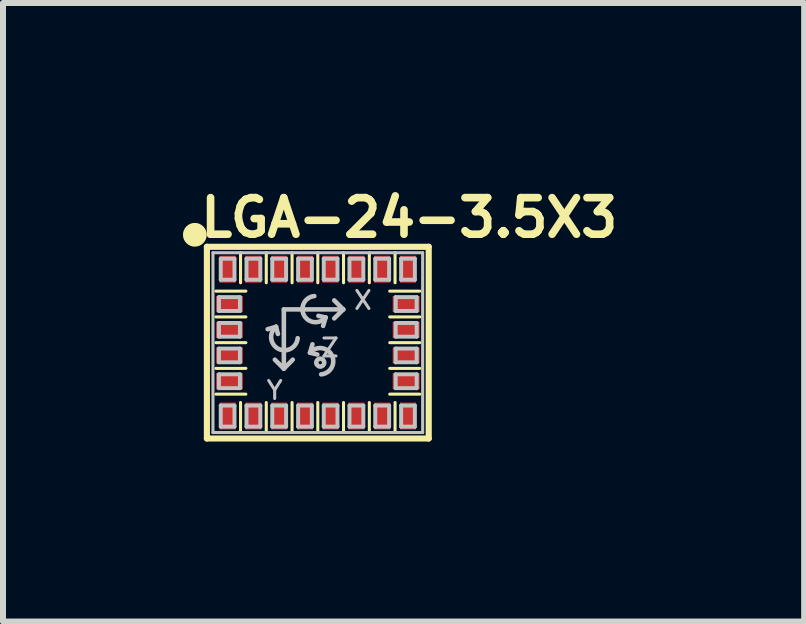
<source format=kicad_pcb>
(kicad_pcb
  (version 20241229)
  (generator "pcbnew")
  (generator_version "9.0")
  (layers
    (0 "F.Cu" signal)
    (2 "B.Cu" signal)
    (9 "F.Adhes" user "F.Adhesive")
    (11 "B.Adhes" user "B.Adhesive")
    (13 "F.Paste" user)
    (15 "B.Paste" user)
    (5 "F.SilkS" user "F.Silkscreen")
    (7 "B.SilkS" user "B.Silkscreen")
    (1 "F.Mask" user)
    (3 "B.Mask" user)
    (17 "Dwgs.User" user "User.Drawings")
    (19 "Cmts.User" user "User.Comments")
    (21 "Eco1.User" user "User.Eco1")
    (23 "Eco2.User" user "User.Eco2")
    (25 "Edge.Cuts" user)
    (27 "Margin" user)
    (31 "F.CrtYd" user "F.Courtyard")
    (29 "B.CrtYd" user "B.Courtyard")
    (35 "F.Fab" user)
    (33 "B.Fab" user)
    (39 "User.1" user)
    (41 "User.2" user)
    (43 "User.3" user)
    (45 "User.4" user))
  (footprint "LGA-24-3.5X3"
    (layer "F.Cu")
    (at 2.248 2.662)
    (property "Reference" "LGA-24-3.5X3" (at 1.524 -2.083 0) (layer "F.SilkS") (effects (font (size 0.61 0.61) (thickness 0.127))))
    (attr smd)
    (fp_line (start -1.849 -1.598) (end 1.849 -1.598) (stroke (width 0.102) (type solid)) (layer "F.SilkS"))
    (fp_line (start -1.849 1.598) (end -1.849 -1.598) (stroke (width 0.102) (type solid)) (layer "F.SilkS"))
    (fp_line (start -1.699 -0.859) (end -1.199 -0.859) (stroke (width 0.051) (type solid)) (layer "F.SilkS"))
    (fp_line (start -1.699 -0.429) (end -1.199 -0.429) (stroke (width 0.051) (type solid)) (layer "F.SilkS"))
    (fp_line (start -1.699 0) (end -1.199 0) (stroke (width 0.051) (type solid)) (layer "F.SilkS"))
    (fp_line (start -1.699 0.429) (end -1.199 0.429) (stroke (width 0.051) (type solid)) (layer "F.SilkS"))
    (fp_line (start -1.699 0.859) (end -1.199 0.859) (stroke (width 0.051) (type solid)) (layer "F.SilkS"))
    (fp_line (start -1.288 -1.499) (end -1.288 -0.998) (stroke (width 0.051) (type solid)) (layer "F.SilkS"))
    (fp_line (start -1.288 1.499) (end -1.288 0.998) (stroke (width 0.051) (type solid)) (layer "F.SilkS"))
    (fp_line (start -0.859 -1.499) (end -0.859 -0.998) (stroke (width 0.051) (type solid)) (layer "F.SilkS"))
    (fp_line (start -0.859 1.499) (end -0.859 0.998) (stroke (width 0.051) (type solid)) (layer "F.SilkS"))
    (fp_line (start -0.429 -1.499) (end -0.429 -0.998) (stroke (width 0.051) (type solid)) (layer "F.SilkS"))
    (fp_line (start -0.429 1.499) (end -0.429 0.998) (stroke (width 0.051) (type solid)) (layer "F.SilkS"))
    (fp_line (start 0 -1.499) (end 0 -0.998) (stroke (width 0.051) (type solid)) (layer "F.SilkS"))
    (fp_line (start 0 1.499) (end 0 0.998) (stroke (width 0.051) (type solid)) (layer "F.SilkS"))
    (fp_line (start 0.429 -1.499) (end 0.429 -0.998) (stroke (width 0.051) (type solid)) (layer "F.SilkS"))
    (fp_line (start 0.429 1.499) (end 0.429 0.998) (stroke (width 0.051) (type solid)) (layer "F.SilkS"))
    (fp_line (start 0.859 -1.499) (end 0.859 -0.998) (stroke (width 0.051) (type solid)) (layer "F.SilkS"))
    (fp_line (start 0.859 1.499) (end 0.859 0.998) (stroke (width 0.051) (type solid)) (layer "F.SilkS"))
    (fp_line (start 1.288 -1.499) (end 1.288 -0.998) (stroke (width 0.051) (type solid)) (layer "F.SilkS"))
    (fp_line (start 1.288 1.499) (end 1.288 0.998) (stroke (width 0.051) (type solid)) (layer "F.SilkS"))
    (fp_line (start 1.699 -0.859) (end 1.199 -0.859) (stroke (width 0.051) (type solid)) (layer "F.SilkS"))
    (fp_line (start 1.699 -0.429) (end 1.199 -0.429) (stroke (width 0.051) (type solid)) (layer "F.SilkS"))
    (fp_line (start 1.699 0) (end 1.199 0) (stroke (width 0.051) (type solid)) (layer "F.SilkS"))
    (fp_line (start 1.699 0.429) (end 1.199 0.429) (stroke (width 0.051) (type solid)) (layer "F.SilkS"))
    (fp_line (start 1.699 0.859) (end 1.199 0.859) (stroke (width 0.051) (type solid)) (layer "F.SilkS"))
    (fp_line (start 1.849 -1.598) (end 1.849 1.598) (stroke (width 0.102) (type solid)) (layer "F.SilkS"))
    (fp_line (start 1.849 1.598) (end -1.849 1.598) (stroke (width 0.102) (type solid)) (layer "F.SilkS"))
    (fp_circle (center -2.05 -1.798) (end -2.05 -1.996) (stroke (width 0) (type solid)) (fill yes) (layer "F.SilkS"))
    (fp_line (start -1.748 -1.499) (end 1.748 -1.499) (stroke (width 0.051) (type solid)) (layer "Dwgs.User"))
    (fp_line (start -1.748 1.499) (end -1.748 -1.499) (stroke (width 0.051) (type solid)) (layer "Dwgs.User"))
    (fp_line (start -1.648 -0.759) (end -1.298 -0.759) (stroke (width 0.066) (type solid)) (layer "Dwgs.User"))
    (fp_line (start -1.648 -0.528) (end -1.648 -0.759) (stroke (width 0.066) (type solid)) (layer "Dwgs.User"))
    (fp_line (start -1.648 -0.528) (end -1.298 -0.528) (stroke (width 0.066) (type solid)) (layer "Dwgs.User"))
    (fp_line (start -1.648 -0.328) (end -1.298 -0.328) (stroke (width 0.066) (type solid)) (layer "Dwgs.User"))
    (fp_line (start -1.648 -0.099) (end -1.648 -0.328) (stroke (width 0.066) (type solid)) (layer "Dwgs.User"))
    (fp_line (start -1.648 -0.099) (end -1.298 -0.099) (stroke (width 0.066) (type solid)) (layer "Dwgs.User"))
    (fp_line (start -1.648 0.099) (end -1.298 0.099) (stroke (width 0.066) (type solid)) (layer "Dwgs.User"))
    (fp_line (start -1.648 0.328) (end -1.648 0.099) (stroke (width 0.066) (type solid)) (layer "Dwgs.User"))
    (fp_line (start -1.648 0.328) (end -1.298 0.328) (stroke (width 0.066) (type solid)) (layer "Dwgs.User"))
    (fp_line (start -1.648 0.528) (end -1.298 0.528) (stroke (width 0.066) (type solid)) (layer "Dwgs.User"))
    (fp_line (start -1.648 0.759) (end -1.648 0.528) (stroke (width 0.066) (type solid)) (layer "Dwgs.User"))
    (fp_line (start -1.648 0.759) (end -1.298 0.759) (stroke (width 0.066) (type solid)) (layer "Dwgs.User"))
    (fp_line (start -1.618 -1.4) (end -1.389 -1.4) (stroke (width 0.066) (type solid)) (layer "Dwgs.User"))
    (fp_line (start -1.618 -1.049) (end -1.618 -1.4) (stroke (width 0.066) (type solid)) (layer "Dwgs.User"))
    (fp_line (start -1.618 -1.049) (end -1.389 -1.049) (stroke (width 0.066) (type solid)) (layer "Dwgs.User"))
    (fp_line (start -1.618 1.049) (end -1.389 1.049) (stroke (width 0.066) (type solid)) (layer "Dwgs.User"))
    (fp_line (start -1.618 1.4) (end -1.618 1.049) (stroke (width 0.066) (type solid)) (layer "Dwgs.User"))
    (fp_line (start -1.618 1.4) (end -1.389 1.4) (stroke (width 0.066) (type solid)) (layer "Dwgs.User"))
    (fp_line (start -1.389 -1.049) (end -1.389 -1.4) (stroke (width 0.066) (type solid)) (layer "Dwgs.User"))
    (fp_line (start -1.389 1.4) (end -1.389 1.049) (stroke (width 0.066) (type solid)) (layer "Dwgs.User"))
    (fp_line (start -1.298 -0.528) (end -1.298 -0.759) (stroke (width 0.066) (type solid)) (layer "Dwgs.User"))
    (fp_line (start -1.298 -0.099) (end -1.298 -0.328) (stroke (width 0.066) (type solid)) (layer "Dwgs.User"))
    (fp_line (start -1.298 0.328) (end -1.298 0.099) (stroke (width 0.066) (type solid)) (layer "Dwgs.User"))
    (fp_line (start -1.298 0.759) (end -1.298 0.528) (stroke (width 0.066) (type solid)) (layer "Dwgs.User"))
    (fp_line (start -1.189 -1.4) (end -0.958 -1.4) (stroke (width 0.066) (type solid)) (layer "Dwgs.User"))
    (fp_line (start -1.189 -1.049) (end -1.189 -1.4) (stroke (width 0.066) (type solid)) (layer "Dwgs.User"))
    (fp_line (start -1.189 -1.049) (end -0.958 -1.049) (stroke (width 0.066) (type solid)) (layer "Dwgs.User"))
    (fp_line (start -1.189 1.049) (end -0.958 1.049) (stroke (width 0.066) (type solid)) (layer "Dwgs.User"))
    (fp_line (start -1.189 1.4) (end -1.189 1.049) (stroke (width 0.066) (type solid)) (layer "Dwgs.User"))
    (fp_line (start -1.189 1.4) (end -0.958 1.4) (stroke (width 0.066) (type solid)) (layer "Dwgs.User"))
    (fp_line (start -0.958 -1.049) (end -0.958 -1.4) (stroke (width 0.066) (type solid)) (layer "Dwgs.User"))
    (fp_line (start -0.958 1.4) (end -0.958 1.049) (stroke (width 0.066) (type solid)) (layer "Dwgs.User"))
    (fp_line (start -0.759 -1.4) (end -0.528 -1.4) (stroke (width 0.066) (type solid)) (layer "Dwgs.User"))
    (fp_line (start -0.759 -1.049) (end -0.759 -1.4) (stroke (width 0.066) (type solid)) (layer "Dwgs.User"))
    (fp_line (start -0.759 -1.049) (end -0.528 -1.049) (stroke (width 0.066) (type solid)) (layer "Dwgs.User"))
    (fp_line (start -0.759 1.049) (end -0.528 1.049) (stroke (width 0.066) (type solid)) (layer "Dwgs.User"))
    (fp_line (start -0.759 1.4) (end -0.759 1.049) (stroke (width 0.066) (type solid)) (layer "Dwgs.User"))
    (fp_line (start -0.759 1.4) (end -0.528 1.4) (stroke (width 0.066) (type solid)) (layer "Dwgs.User"))
    (fp_line (start -0.696 -0.264) (end -0.836 -0.224) (stroke (width 0.076) (type solid)) (layer "Dwgs.User"))
    (fp_line (start -0.696 -0.264) (end -0.665 -0.145) (stroke (width 0.076) (type solid)) (layer "Dwgs.User"))
    (fp_line (start -0.566 0.432) (end -0.566 -0.554) (stroke (width 0.076) (type solid)) (layer "Dwgs.User"))
    (fp_line (start -0.566 0.434) (end -0.716 0.284) (stroke (width 0.076) (type solid)) (layer "Dwgs.User"))
    (fp_line (start -0.566 0.434) (end -0.417 0.284) (stroke (width 0.076) (type solid)) (layer "Dwgs.User"))
    (fp_line (start -0.528 -1.049) (end -0.528 -1.4) (stroke (width 0.066) (type solid)) (layer "Dwgs.User"))
    (fp_line (start -0.528 1.4) (end -0.528 1.049) (stroke (width 0.066) (type solid)) (layer "Dwgs.User"))
    (fp_line (start -0.328 -1.4) (end -0.099 -1.4) (stroke (width 0.066) (type solid)) (layer "Dwgs.User"))
    (fp_line (start -0.328 -1.049) (end -0.328 -1.4) (stroke (width 0.066) (type solid)) (layer "Dwgs.User"))
    (fp_line (start -0.328 -1.049) (end -0.099 -1.049) (stroke (width 0.066) (type solid)) (layer "Dwgs.User"))
    (fp_line (start -0.328 1.049) (end -0.099 1.049) (stroke (width 0.066) (type solid)) (layer "Dwgs.User"))
    (fp_line (start -0.328 1.4) (end -0.328 1.049) (stroke (width 0.066) (type solid)) (layer "Dwgs.User"))
    (fp_line (start -0.328 1.4) (end -0.099 1.4) (stroke (width 0.066) (type solid)) (layer "Dwgs.User"))
    (fp_line (start -0.13 0.168) (end -0.089 0.028) (stroke (width 0.076) (type solid)) (layer "Dwgs.User"))
    (fp_line (start -0.13 0.168) (end -0.008 0.198) (stroke (width 0.076) (type solid)) (layer "Dwgs.User"))
    (fp_line (start -0.099 -1.049) (end -0.099 -1.4) (stroke (width 0.066) (type solid)) (layer "Dwgs.User"))
    (fp_line (start -0.099 1.4) (end -0.099 1.049) (stroke (width 0.066) (type solid)) (layer "Dwgs.User"))
    (fp_line (start 0.099 -1.4) (end 0.328 -1.4) (stroke (width 0.066) (type solid)) (layer "Dwgs.User"))
    (fp_line (start 0.099 -1.049) (end 0.099 -1.4) (stroke (width 0.066) (type solid)) (layer "Dwgs.User"))
    (fp_line (start 0.099 -1.049) (end 0.328 -1.049) (stroke (width 0.066) (type solid)) (layer "Dwgs.User"))
    (fp_line (start 0.099 1.049) (end 0.328 1.049) (stroke (width 0.066) (type solid)) (layer "Dwgs.User"))
    (fp_line (start 0.099 1.4) (end 0.099 1.049) (stroke (width 0.066) (type solid)) (layer "Dwgs.User"))
    (fp_line (start 0.099 1.4) (end 0.328 1.4) (stroke (width 0.066) (type solid)) (layer "Dwgs.User"))
    (fp_line (start 0.13 -0.419) (end 0.01 -0.447) (stroke (width 0.076) (type solid)) (layer "Dwgs.User"))
    (fp_line (start 0.13 -0.419) (end 0.089 -0.279) (stroke (width 0.076) (type solid)) (layer "Dwgs.User"))
    (fp_line (start 0.328 -1.049) (end 0.328 -1.4) (stroke (width 0.066) (type solid)) (layer "Dwgs.User"))
    (fp_line (start 0.328 1.4) (end 0.328 1.049) (stroke (width 0.066) (type solid)) (layer "Dwgs.User"))
    (fp_line (start 0.424 -0.554) (end -0.566 -0.554) (stroke (width 0.076) (type solid)) (layer "Dwgs.User"))
    (fp_line (start 0.424 -0.554) (end 0.274 -0.704) (stroke (width 0.076) (type solid)) (layer "Dwgs.User"))
    (fp_line (start 0.424 -0.554) (end 0.274 -0.404) (stroke (width 0.076) (type solid)) (layer "Dwgs.User"))
    (fp_line (start 0.528 -1.4) (end 0.759 -1.4) (stroke (width 0.066) (type solid)) (layer "Dwgs.User"))
    (fp_line (start 0.528 -1.049) (end 0.528 -1.4) (stroke (width 0.066) (type solid)) (layer "Dwgs.User"))
    (fp_line (start 0.528 -1.049) (end 0.759 -1.049) (stroke (width 0.066) (type solid)) (layer "Dwgs.User"))
    (fp_line (start 0.528 1.049) (end 0.759 1.049) (stroke (width 0.066) (type solid)) (layer "Dwgs.User"))
    (fp_line (start 0.528 1.4) (end 0.528 1.049) (stroke (width 0.066) (type solid)) (layer "Dwgs.User"))
    (fp_line (start 0.528 1.4) (end 0.759 1.4) (stroke (width 0.066) (type solid)) (layer "Dwgs.User"))
    (fp_line (start 0.759 -1.049) (end 0.759 -1.4) (stroke (width 0.066) (type solid)) (layer "Dwgs.User"))
    (fp_line (start 0.759 1.4) (end 0.759 1.049) (stroke (width 0.066) (type solid)) (layer "Dwgs.User"))
    (fp_line (start 0.958 -1.4) (end 1.189 -1.4) (stroke (width 0.066) (type solid)) (layer "Dwgs.User"))
    (fp_line (start 0.958 -1.049) (end 0.958 -1.4) (stroke (width 0.066) (type solid)) (layer "Dwgs.User"))
    (fp_line (start 0.958 -1.049) (end 1.189 -1.049) (stroke (width 0.066) (type solid)) (layer "Dwgs.User"))
    (fp_line (start 0.958 1.049) (end 1.189 1.049) (stroke (width 0.066) (type solid)) (layer "Dwgs.User"))
    (fp_line (start 0.958 1.4) (end 0.958 1.049) (stroke (width 0.066) (type solid)) (layer "Dwgs.User"))
    (fp_line (start 0.958 1.4) (end 1.189 1.4) (stroke (width 0.066) (type solid)) (layer "Dwgs.User"))
    (fp_line (start 1.189 -1.049) (end 1.189 -1.4) (stroke (width 0.066) (type solid)) (layer "Dwgs.User"))
    (fp_line (start 1.189 1.4) (end 1.189 1.049) (stroke (width 0.066) (type solid)) (layer "Dwgs.User"))
    (fp_line (start 1.298 -0.759) (end 1.648 -0.759) (stroke (width 0.066) (type solid)) (layer "Dwgs.User"))
    (fp_line (start 1.298 -0.528) (end 1.298 -0.759) (stroke (width 0.066) (type solid)) (layer "Dwgs.User"))
    (fp_line (start 1.298 -0.528) (end 1.648 -0.528) (stroke (width 0.066) (type solid)) (layer "Dwgs.User"))
    (fp_line (start 1.298 -0.328) (end 1.648 -0.328) (stroke (width 0.066) (type solid)) (layer "Dwgs.User"))
    (fp_line (start 1.298 -0.099) (end 1.298 -0.328) (stroke (width 0.066) (type solid)) (layer "Dwgs.User"))
    (fp_line (start 1.298 -0.099) (end 1.648 -0.099) (stroke (width 0.066) (type solid)) (layer "Dwgs.User"))
    (fp_line (start 1.298 0.099) (end 1.648 0.099) (stroke (width 0.066) (type solid)) (layer "Dwgs.User"))
    (fp_line (start 1.298 0.328) (end 1.298 0.099) (stroke (width 0.066) (type solid)) (layer "Dwgs.User"))
    (fp_line (start 1.298 0.328) (end 1.648 0.328) (stroke (width 0.066) (type solid)) (layer "Dwgs.User"))
    (fp_line (start 1.298 0.528) (end 1.648 0.528) (stroke (width 0.066) (type solid)) (layer "Dwgs.User"))
    (fp_line (start 1.298 0.759) (end 1.298 0.528) (stroke (width 0.066) (type solid)) (layer "Dwgs.User"))
    (fp_line (start 1.298 0.759) (end 1.648 0.759) (stroke (width 0.066) (type solid)) (layer "Dwgs.User"))
    (fp_line (start 1.389 -1.4) (end 1.618 -1.4) (stroke (width 0.066) (type solid)) (layer "Dwgs.User"))
    (fp_line (start 1.389 -1.049) (end 1.389 -1.4) (stroke (width 0.066) (type solid)) (layer "Dwgs.User"))
    (fp_line (start 1.389 -1.049) (end 1.618 -1.049) (stroke (width 0.066) (type solid)) (layer "Dwgs.User"))
    (fp_line (start 1.389 1.049) (end 1.618 1.049) (stroke (width 0.066) (type solid)) (layer "Dwgs.User"))
    (fp_line (start 1.389 1.4) (end 1.389 1.049) (stroke (width 0.066) (type solid)) (layer "Dwgs.User"))
    (fp_line (start 1.389 1.4) (end 1.618 1.4) (stroke (width 0.066) (type solid)) (layer "Dwgs.User"))
    (fp_line (start 1.618 -1.049) (end 1.618 -1.4) (stroke (width 0.066) (type solid)) (layer "Dwgs.User"))
    (fp_line (start 1.618 1.4) (end 1.618 1.049) (stroke (width 0.066) (type solid)) (layer "Dwgs.User"))
    (fp_line (start 1.648 -0.528) (end 1.648 -0.759) (stroke (width 0.066) (type solid)) (layer "Dwgs.User"))
    (fp_line (start 1.648 -0.099) (end 1.648 -0.328) (stroke (width 0.066) (type solid)) (layer "Dwgs.User"))
    (fp_line (start 1.648 0.328) (end 1.648 0.099) (stroke (width 0.066) (type solid)) (layer "Dwgs.User"))
    (fp_line (start 1.648 0.759) (end 1.648 0.528) (stroke (width 0.066) (type solid)) (layer "Dwgs.User"))
    (fp_line (start 1.748 -1.499) (end 1.748 1.499) (stroke (width 0.051) (type solid)) (layer "Dwgs.User"))
    (fp_line (start 1.748 1.499) (end -1.748 1.499) (stroke (width 0.051) (type solid)) (layer "Dwgs.User"))
    (fp_arc (start -0.33528 -0.07366) (mid -0.659599 0.102403) (end -0.698148 -0.264605) (stroke (width 0.0762) (type solid)) (layer "Dwgs.User"))
    (fp_arc (start -0.12954 0.16764) (mid 0.233666 0.209434) (end 0.056061 0.528998) (stroke (width 0.0762) (type solid)) (layer "Dwgs.User"))
    (fp_arc (start 0.12954 -0.4191) (mid -0.231319 -0.457382) (end -0.057857 -0.776122) (stroke (width 0.0762) (type solid)) (layer "Dwgs.User"))
    (fp_circle (center 0.041 0.333) (end 0.041 0.305) (stroke (width 0.076) (type solid)) (fill no) (layer "Dwgs.User"))
    (fp_text user "Y" (at -0.719 0.795 180) (layer "Dwgs.User") (effects (font (size 0.3 0.3) (thickness 0.051))))
    (fp_text user "X" (at 0.752 -0.706 0) (layer "Dwgs.User") (effects (font (size 0.3 0.3) (thickness 0.051))))
    (fp_text user "Z" (at 0.203 0.086 180) (layer "Dwgs.User") (effects (font (size 0.3 0.3) (thickness 0.051))))
    (pad "1" smd rect (at -1.504 -1.224 90) (size 0.45 0.269) (layers "F.Cu" "F.Mask" "F.Paste"))
    (pad "2" smd rect (at -1.473 -0.643 180) (size 0.45 0.269) (layers "F.Cu" "F.Mask" "F.Paste"))
    (pad "3" smd rect (at -1.473 -0.213 180) (size 0.45 0.269) (layers "F.Cu" "F.Mask" "F.Paste"))
    (pad "4" smd rect (at -1.473 0.213 180) (size 0.45 0.269) (layers "F.Cu" "F.Mask" "F.Paste"))
    (pad "5" smd rect (at -1.473 0.643 180) (size 0.45 0.269) (layers "F.Cu" "F.Mask" "F.Paste"))
    (pad "6" smd rect (at -1.504 1.224 270) (size 0.45 0.269) (layers "F.Cu" "F.Mask" "F.Paste"))
    (pad "7" smd rect (at -1.074 1.224 270) (size 0.45 0.269) (layers "F.Cu" "F.Mask" "F.Paste"))
    (pad "8" smd rect (at -0.643 1.224 270) (size 0.45 0.269) (layers "F.Cu" "F.Mask" "F.Paste"))
    (pad "9" smd rect (at -0.213 1.224 270) (size 0.45 0.269) (layers "F.Cu" "F.Mask" "F.Paste"))
    (pad "10" smd rect (at 0.213 1.224 270) (size 0.45 0.269) (layers "F.Cu" "F.Mask" "F.Paste"))
    (pad "11" smd rect (at 0.643 1.224 270) (size 0.45 0.269) (layers "F.Cu" "F.Mask" "F.Paste"))
    (pad "12" smd rect (at 1.074 1.224 270) (size 0.45 0.269) (layers "F.Cu" "F.Mask" "F.Paste"))
    (pad "13" smd rect (at 1.504 1.224 270) (size 0.45 0.269) (layers "F.Cu" "F.Mask" "F.Paste"))
    (pad "14" smd rect (at 1.473 0.643) (size 0.45 0.269) (layers "F.Cu" "F.Mask" "F.Paste"))
    (pad "15" smd rect (at 1.473 0.213) (size 0.45 0.269) (layers "F.Cu" "F.Mask" "F.Paste"))
    (pad "16" smd rect (at 1.473 -0.213) (size 0.45 0.269) (layers "F.Cu" "F.Mask" "F.Paste"))
    (pad "17" smd rect (at 1.473 -0.643) (size 0.45 0.269) (layers "F.Cu" "F.Mask" "F.Paste"))
    (pad "18" smd rect (at 1.504 -1.224 90) (size 0.45 0.269) (layers "F.Cu" "F.Mask" "F.Paste"))
    (pad "19" smd rect (at 1.074 -1.224 90) (size 0.45 0.269) (layers "F.Cu" "F.Mask" "F.Paste"))
    (pad "20" smd rect (at 0.643 -1.224 90) (size 0.45 0.269) (layers "F.Cu" "F.Mask" "F.Paste"))
    (pad "21" smd rect (at 0.213 -1.224 90) (size 0.45 0.269) (layers "F.Cu" "F.Mask" "F.Paste"))
    (pad "22" smd rect (at -0.213 -1.224 90) (size 0.45 0.269) (layers "F.Cu" "F.Mask" "F.Paste"))
    (pad "23" smd rect (at -0.643 -1.224 90) (size 0.45 0.269) (layers "F.Cu" "F.Mask" "F.Paste"))
    (pad "24" smd rect (at -1.074 -1.224 90) (size 0.45 0.269) (layers "F.Cu" "F.Mask" "F.Paste")))
  (gr_rect
    (start -3 -3)
    (end 10.356 7.311)
    (stroke (width 0.1) (type default))
    (fill no)
    (layer "Edge.Cuts")))
</source>
